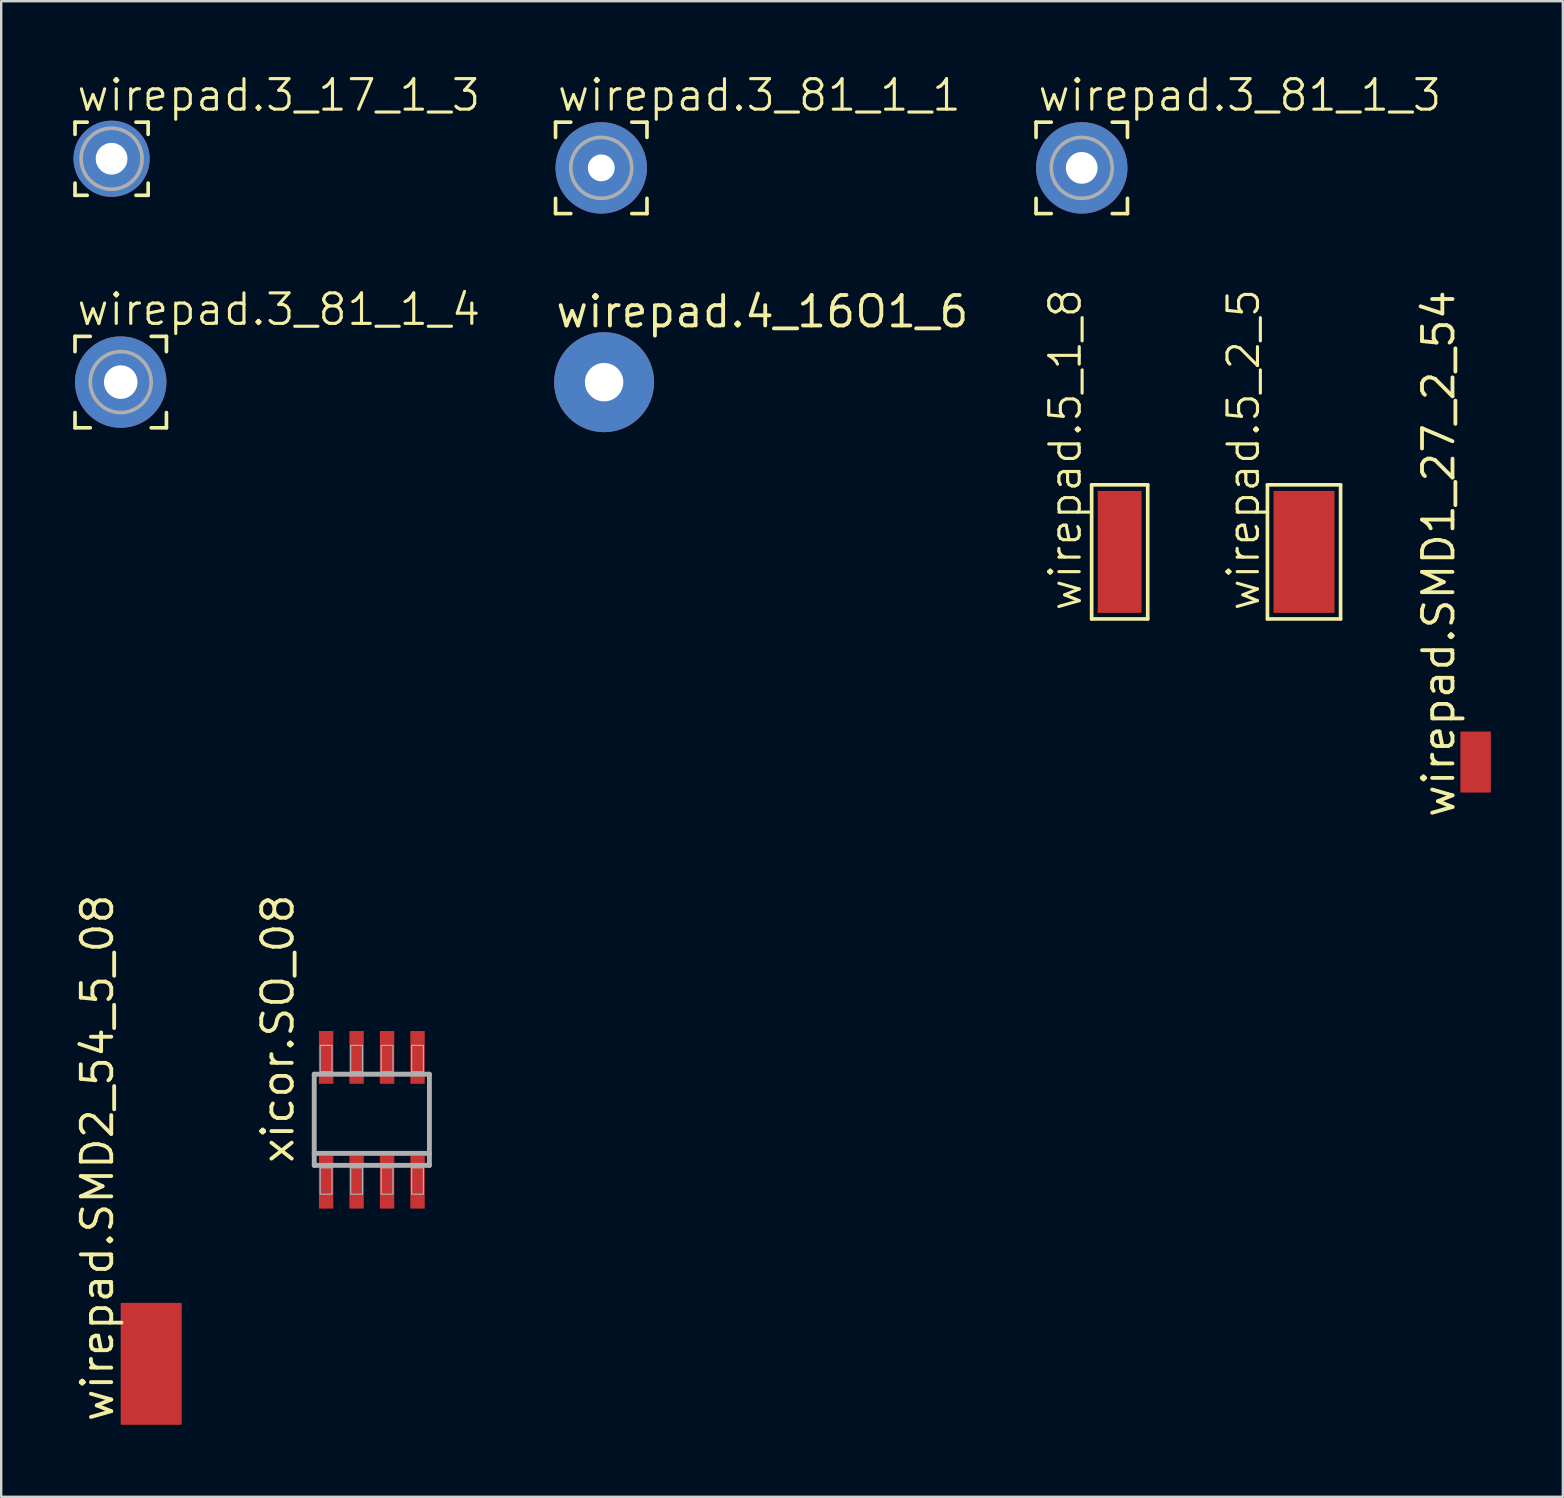
<source format=kicad_pcb>
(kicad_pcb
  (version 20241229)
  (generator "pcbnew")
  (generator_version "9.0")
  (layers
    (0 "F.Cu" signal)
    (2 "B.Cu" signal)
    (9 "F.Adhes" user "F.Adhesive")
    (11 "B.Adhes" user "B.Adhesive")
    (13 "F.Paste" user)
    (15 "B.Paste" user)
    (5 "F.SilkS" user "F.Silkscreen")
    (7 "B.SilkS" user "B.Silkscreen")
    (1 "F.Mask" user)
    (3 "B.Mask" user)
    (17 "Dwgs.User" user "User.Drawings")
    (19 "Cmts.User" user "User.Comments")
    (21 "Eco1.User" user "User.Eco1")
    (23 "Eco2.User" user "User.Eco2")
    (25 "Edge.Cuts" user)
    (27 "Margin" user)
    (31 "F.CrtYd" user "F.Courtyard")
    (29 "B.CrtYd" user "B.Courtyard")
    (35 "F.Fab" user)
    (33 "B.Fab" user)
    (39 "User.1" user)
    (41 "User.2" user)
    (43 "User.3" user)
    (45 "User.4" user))
  (footprint "wirepad.SMD1_27_2_54"
    (layer "F.Cu")
    (at 58.443 28.706)
    (property "Reference" "wirepad.SMD1_27_2_54" (at -0.8 2.4 90) (layer "F.SilkS") (effects (font (size 1.27 1.27) (thickness 0.16)) (justify left bottom)))
    (attr smd)
    (pad "1" smd roundrect (at 0 0) (size 1.27 2.54) (layers "F.Cu" "F.Mask" "F.Paste") (roundrect_rratio 0.01)))
  (footprint "wirepad.3_81_1_4"
    (layer "F.Cu")
    (at 1.981 12.873)
    (property "Reference" "wirepad.3_81_1_4" (at -1.905 -2.286 0) (layer "F.SilkS") (effects (font (size 1.27 1.27) (thickness 0.13)) (justify left bottom)))
    (attr through_hole)
    (fp_line (start -1.905 -1.905) (end -1.27 -1.905) (stroke (width 0.152) (type default)) (layer "F.SilkS"))
    (fp_line (start -1.905 -1.27) (end -1.905 -1.905) (stroke (width 0.152) (type default)) (layer "F.SilkS"))
    (fp_line (start -1.905 1.905) (end -1.905 1.27) (stroke (width 0.152) (type default)) (layer "F.SilkS"))
    (fp_line (start -1.27 1.905) (end -1.905 1.905) (stroke (width 0.152) (type default)) (layer "F.SilkS"))
    (fp_line (start 1.27 -1.905) (end 1.905 -1.905) (stroke (width 0.152) (type default)) (layer "F.SilkS"))
    (fp_line (start 1.905 -1.905) (end 1.905 -1.27) (stroke (width 0.152) (type default)) (layer "F.SilkS"))
    (fp_line (start 1.905 1.27) (end 1.905 1.905) (stroke (width 0.152) (type default)) (layer "F.SilkS"))
    (fp_line (start 1.905 1.905) (end 1.27 1.905) (stroke (width 0.152) (type default)) (layer "F.SilkS"))
    (fp_circle (center 0 0) (end 1.27 0) (stroke (width 0.152) (type default)) (fill no) (layer "F.Fab"))
    (pad "1" thru_hole circle (at 0 0) (size 3.81 3.81) (drill 1.397) (layers "*.Cu" "*.Mask")))
  (footprint "wirepad.5_2_5"
    (layer "F.Cu")
    (at 51.292 19.949)
    (property "Reference" "wirepad.5_2_5" (at -1.778 2.54 90) (layer "F.SilkS") (effects (font (size 1.27 1.27) (thickness 0.13)) (justify left bottom)))
    (attr smd)
    (fp_line (start -1.524 2.794) (end -1.524 -2.794) (stroke (width 0.152) (type default)) (layer "F.SilkS"))
    (fp_line (start -1.524 2.794) (end 1.524 2.794) (stroke (width 0.152) (type default)) (layer "F.SilkS"))
    (fp_line (start 1.524 -2.794) (end -1.524 -2.794) (stroke (width 0.152) (type default)) (layer "F.SilkS"))
    (fp_line (start 1.524 -2.794) (end 1.524 2.794) (stroke (width 0.152) (type default)) (layer "F.SilkS"))
    (pad "1" smd roundrect (at 0 0) (size 2.54 5.08) (layers "F.Cu" "F.Mask" "F.Paste") (roundrect_rratio 0.01)))
  (footprint "wirepad.5_1_8"
    (layer "F.Cu")
    (at 43.61 19.949)
    (property "Reference" "wirepad.5_1_8" (at -1.524 2.54 90) (layer "F.SilkS") (effects (font (size 1.27 1.27) (thickness 0.13)) (justify left bottom)))
    (attr smd)
    (fp_line (start -1.168 2.794) (end -1.168 -2.794) (stroke (width 0.152) (type default)) (layer "F.SilkS"))
    (fp_line (start -1.168 2.794) (end 1.168 2.794) (stroke (width 0.152) (type default)) (layer "F.SilkS"))
    (fp_line (start 1.168 -2.794) (end -1.168 -2.794) (stroke (width 0.152) (type default)) (layer "F.SilkS"))
    (fp_line (start 1.168 -2.794) (end 1.168 2.794) (stroke (width 0.152) (type default)) (layer "F.SilkS"))
    (pad "1" smd roundrect (at 0 0) (size 1.829 5.08) (layers "F.Cu" "F.Mask" "F.Paste") (roundrect_rratio 0.01)))
  (footprint "wirepad.SMD2_54_5_08"
    (layer "F.Cu")
    (at 3.25 53.785)
    (property "Reference" "wirepad.SMD2_54_5_08" (at -1.5 2.5 90) (layer "F.SilkS") (effects (font (size 1.27 1.27) (thickness 0.16)) (justify left bottom)))
    (attr smd)
    (pad "1" smd roundrect (at 0 0) (size 2.54 5.08) (layers "F.Cu" "F.Mask" "F.Paste") (roundrect_rratio 0.01)))
  (footprint "wirepad.4_16O1_6"
    (layer "F.Cu")
    (at 22.125 12.877)
    (property "Reference" "wirepad.4_16O1_6" (at -2.1 -2.2 0) (layer "F.SilkS") (effects (font (size 1.27 1.27) (thickness 0.16)) (justify left bottom)))
    (attr through_hole)
    (pad "1" thru_hole circle (at 0 0) (size 4.166 4.166) (drill 1.6) (layers "*.Cu" "*.Mask")))
  (footprint "wirepad.3_81_1_3"
    (layer "F.Cu")
    (at 42.03 3.946)
    (property "Reference" "wirepad.3_81_1_3" (at -1.905 -2.286 0) (layer "F.SilkS") (effects (font (size 1.27 1.27) (thickness 0.13)) (justify left bottom)))
    (attr through_hole)
    (fp_line (start -1.905 -1.905) (end -1.27 -1.905) (stroke (width 0.152) (type default)) (layer "F.SilkS"))
    (fp_line (start -1.905 -1.27) (end -1.905 -1.905) (stroke (width 0.152) (type default)) (layer "F.SilkS"))
    (fp_line (start -1.905 1.905) (end -1.905 1.27) (stroke (width 0.152) (type default)) (layer "F.SilkS"))
    (fp_line (start -1.27 1.905) (end -1.905 1.905) (stroke (width 0.152) (type default)) (layer "F.SilkS"))
    (fp_line (start 1.27 -1.905) (end 1.905 -1.905) (stroke (width 0.152) (type default)) (layer "F.SilkS"))
    (fp_line (start 1.905 -1.905) (end 1.905 -1.27) (stroke (width 0.152) (type default)) (layer "F.SilkS"))
    (fp_line (start 1.905 1.27) (end 1.905 1.905) (stroke (width 0.152) (type default)) (layer "F.SilkS"))
    (fp_line (start 1.905 1.905) (end 1.27 1.905) (stroke (width 0.152) (type default)) (layer "F.SilkS"))
    (fp_circle (center 0 0) (end 1.27 0) (stroke (width 0.152) (type default)) (fill no) (layer "F.Fab"))
    (pad "1" thru_hole circle (at 0 0) (size 3.81 3.81) (drill 1.321) (layers "*.Cu" "*.Mask")))
  (footprint "xicor.SO_08"
    (layer "F.Cu")
    (at 12.445 43.615)
    (property "Reference" "xicor.SO_08" (at -3.175 1.905 90) (layer "F.SilkS") (effects (font (size 1.27 1.27) (thickness 0.16)) (justify left bottom)))
    (attr smd)
    (fp_line (start -2.4 -1.9) (end 2.4 -1.9) (stroke (width 0.203) (type default)) (layer "F.Fab"))
    (fp_line (start -2.4 1.4) (end -2.4 -1.9) (stroke (width 0.203) (type default)) (layer "F.Fab"))
    (fp_line (start -2.4 1.9) (end -2.4 1.4) (stroke (width 0.203) (type default)) (layer "F.Fab"))
    (fp_line (start 2.4 -1.9) (end 2.4 1.4) (stroke (width 0.203) (type default)) (layer "F.Fab"))
    (fp_line (start 2.4 1.4) (end -2.4 1.4) (stroke (width 0.203) (type default)) (layer "F.Fab"))
    (fp_line (start 2.4 1.4) (end 2.4 1.9) (stroke (width 0.203) (type default)) (layer "F.Fab"))
    (fp_line (start 2.4 1.9) (end -2.4 1.9) (stroke (width 0.203) (type default)) (layer "F.Fab"))
    (fp_rect (start -2.15 -2) (end -1.66 -3.1) (stroke (width 0.05) (type default)) (fill no) (layer "F.Fab"))
    (fp_rect (start -2.15 3.1) (end -1.66 2) (stroke (width 0.05) (type default)) (fill no) (layer "F.Fab"))
    (fp_rect (start -0.88 -2) (end -0.39 -3.1) (stroke (width 0.05) (type default)) (fill no) (layer "F.Fab"))
    (fp_rect (start -0.88 3.1) (end -0.39 2) (stroke (width 0.05) (type default)) (fill no) (layer "F.Fab"))
    (fp_rect (start 0.39 -2) (end 0.88 -3.1) (stroke (width 0.05) (type default)) (fill no) (layer "F.Fab"))
    (fp_rect (start 0.39 3.1) (end 0.88 2) (stroke (width 0.05) (type default)) (fill no) (layer "F.Fab"))
    (fp_rect (start 1.66 -2) (end 2.15 -3.1) (stroke (width 0.05) (type default)) (fill no) (layer "F.Fab"))
    (fp_rect (start 1.66 3.1) (end 2.15 2) (stroke (width 0.05) (type default)) (fill no) (layer "F.Fab"))
    (pad "1" smd roundrect (at -1.905 2.6) (size 0.6 2.2) (layers "F.Cu" "F.Mask" "F.Paste") (roundrect_rratio 0.01))
    (pad "2" smd roundrect (at -0.635 2.6) (size 0.6 2.2) (layers "F.Cu" "F.Mask" "F.Paste") (roundrect_rratio 0.01))
    (pad "3" smd roundrect (at 0.635 2.6) (size 0.6 2.2) (layers "F.Cu" "F.Mask" "F.Paste") (roundrect_rratio 0.01))
    (pad "4" smd roundrect (at 1.905 2.6) (size 0.6 2.2) (layers "F.Cu" "F.Mask" "F.Paste") (roundrect_rratio 0.01))
    (pad "5" smd roundrect (at 1.905 -2.6) (size 0.6 2.2) (layers "F.Cu" "F.Mask" "F.Paste") (roundrect_rratio 0.01))
    (pad "6" smd roundrect (at 0.635 -2.6) (size 0.6 2.2) (layers "F.Cu" "F.Mask" "F.Paste") (roundrect_rratio 0.01))
    (pad "7" smd roundrect (at -0.635 -2.6) (size 0.6 2.2) (layers "F.Cu" "F.Mask" "F.Paste") (roundrect_rratio 0.01))
    (pad "8" smd roundrect (at -1.905 -2.6) (size 0.6 2.2) (layers "F.Cu" "F.Mask" "F.Paste") (roundrect_rratio 0.01)))
  (footprint "wirepad.3_81_1_1"
    (layer "F.Cu")
    (at 22.006 3.946)
    (property "Reference" "wirepad.3_81_1_1" (at -1.905 -2.286 0) (layer "F.SilkS") (effects (font (size 1.27 1.27) (thickness 0.13)) (justify left bottom)))
    (attr through_hole)
    (fp_line (start -1.905 -1.905) (end -1.27 -1.905) (stroke (width 0.152) (type default)) (layer "F.SilkS"))
    (fp_line (start -1.905 -1.27) (end -1.905 -1.905) (stroke (width 0.152) (type default)) (layer "F.SilkS"))
    (fp_line (start -1.905 1.905) (end -1.905 1.27) (stroke (width 0.152) (type default)) (layer "F.SilkS"))
    (fp_line (start -1.27 1.905) (end -1.905 1.905) (stroke (width 0.152) (type default)) (layer "F.SilkS"))
    (fp_line (start 1.27 -1.905) (end 1.905 -1.905) (stroke (width 0.152) (type default)) (layer "F.SilkS"))
    (fp_line (start 1.905 -1.905) (end 1.905 -1.27) (stroke (width 0.152) (type default)) (layer "F.SilkS"))
    (fp_line (start 1.905 1.27) (end 1.905 1.905) (stroke (width 0.152) (type default)) (layer "F.SilkS"))
    (fp_line (start 1.905 1.905) (end 1.27 1.905) (stroke (width 0.152) (type default)) (layer "F.SilkS"))
    (fp_circle (center 0 0) (end 1.27 0) (stroke (width 0.152) (type default)) (fill no) (layer "F.Fab"))
    (pad "1" thru_hole circle (at 0 0) (size 3.81 3.81) (drill 1.118) (layers "*.Cu" "*.Mask")))
  (footprint "wirepad.3_17_1_3"
    (layer "F.Cu")
    (at 1.6 3.565)
    (property "Reference" "wirepad.3_17_1_3" (at -1.524 -1.905 0) (layer "F.SilkS") (effects (font (size 1.27 1.27) (thickness 0.13)) (justify left bottom)))
    (attr through_hole)
    (fp_line (start -1.524 -1.524) (end -1.016 -1.524) (stroke (width 0.152) (type default)) (layer "F.SilkS"))
    (fp_line (start -1.524 -1.016) (end -1.524 -1.524) (stroke (width 0.152) (type default)) (layer "F.SilkS"))
    (fp_line (start -1.524 1.524) (end -1.524 1.016) (stroke (width 0.152) (type default)) (layer "F.SilkS"))
    (fp_line (start -1.016 1.524) (end -1.524 1.524) (stroke (width 0.152) (type default)) (layer "F.SilkS"))
    (fp_line (start 1.016 -1.524) (end 1.524 -1.524) (stroke (width 0.152) (type default)) (layer "F.SilkS"))
    (fp_line (start 1.524 -1.524) (end 1.524 -1.016) (stroke (width 0.152) (type default)) (layer "F.SilkS"))
    (fp_line (start 1.524 1.016) (end 1.524 1.524) (stroke (width 0.152) (type default)) (layer "F.SilkS"))
    (fp_line (start 1.524 1.524) (end 1.016 1.524) (stroke (width 0.152) (type default)) (layer "F.SilkS"))
    (fp_circle (center 0 0) (end 1.27 0) (stroke (width 0.152) (type default)) (fill no) (layer "F.Fab"))
    (pad "1" thru_hole circle (at 0 0) (size 3.175 3.175) (drill 1.321) (layers "*.Cu" "*.Mask")))
  (gr_rect
    (start -3 -3)
    (end 62.078 59.325)
    (stroke (width 0.1) (type default))
    (fill no)
    (layer "Edge.Cuts")))
</source>
